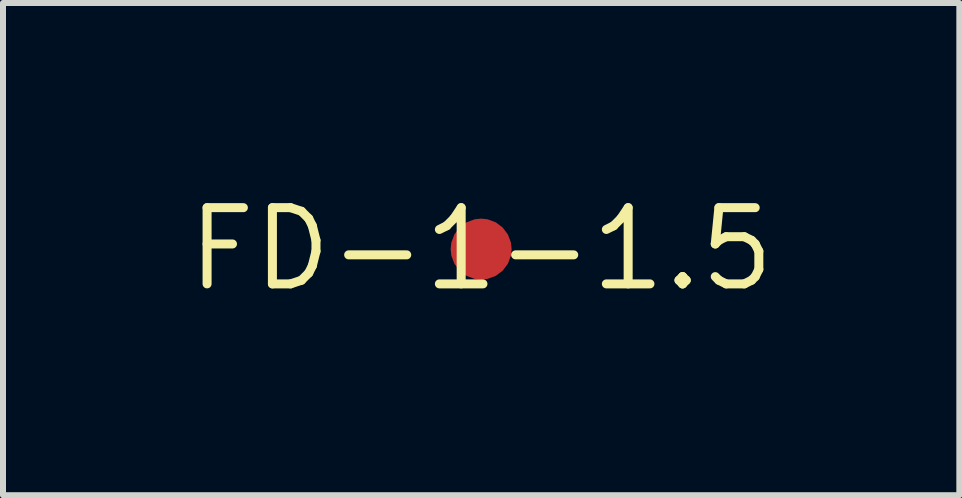
<source format=kicad_pcb>
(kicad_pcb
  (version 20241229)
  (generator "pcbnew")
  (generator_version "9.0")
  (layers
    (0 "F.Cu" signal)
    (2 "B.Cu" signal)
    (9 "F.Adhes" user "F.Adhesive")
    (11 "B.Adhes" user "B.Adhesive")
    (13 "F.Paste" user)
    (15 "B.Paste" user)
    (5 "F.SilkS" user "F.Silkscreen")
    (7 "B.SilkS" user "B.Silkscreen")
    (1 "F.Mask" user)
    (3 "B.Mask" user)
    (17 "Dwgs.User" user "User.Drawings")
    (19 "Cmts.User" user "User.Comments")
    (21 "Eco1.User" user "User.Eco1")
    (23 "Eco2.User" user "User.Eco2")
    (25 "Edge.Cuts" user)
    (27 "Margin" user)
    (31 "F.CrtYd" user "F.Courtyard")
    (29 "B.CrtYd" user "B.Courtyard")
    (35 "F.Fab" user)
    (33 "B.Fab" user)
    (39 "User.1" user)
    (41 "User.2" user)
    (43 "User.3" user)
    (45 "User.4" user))
  (footprint "FD-1-1.5"
    (layer "F.Cu")
    (at 4.966 1.1)
    (property "Reference" "FD-1-1.5" (at 0 0 0) (layer "F.SilkS") (effects (font (size 1.27 1.27) (thickness 0.15))))
    (fp_circle (center 0 0) (end 0.5 0) (stroke (width 1.2) (type solid)) (fill no) (layer "F.Mask"))
    (pad "P$1" smd roundrect (at 0 0) (size 1.016 1.016) (layers "F.Cu" "F.Mask") (roundrect_rratio 0.5))
    (zone (net_name "") (layer "F.Cu") (hatch edge 0.5) (connect_pads) (min_thickness 0.25) (filled_areas_thickness no) (keepout (tracks not_allowed) (vias not_allowed) (pads not_allowed) (copperpour not_allowed) (footprints allowed)) (placement (enabled no)) (fill) (polygon (pts (xy 6.03 1.1) (xy 6.009 0.893) (xy 5.949 0.693) (xy 5.851 0.509) (xy 5.718 0.348) (xy 5.557 0.216) (xy 5.373 0.117) (xy 5.174 0.057) (xy 4.966 0.036) (xy 4.759 0.057) (xy 4.559 0.117) (xy 4.375 0.216) (xy 4.214 0.348) (xy 4.082 0.509) (xy 3.984 0.693) (xy 3.923 0.893) (xy 3.903 1.1) (xy 3.923 1.307) (xy 3.984 1.507) (xy 4.082 1.691) (xy 4.214 1.852) (xy 4.375 1.984) (xy 4.559 2.083) (xy 4.759 2.143) (xy 4.966 2.163) (xy 5.174 2.143) (xy 5.373 2.083) (xy 5.557 1.984) (xy 5.718 1.852) (xy 5.851 1.691) (xy 5.949 1.507) (xy 6.009 1.307))) (polygon (pts (xy 5.903 1.1) (xy 5.882 0.905) (xy 5.822 0.719) (xy 5.724 0.55) (xy 5.593 0.404) (xy 5.435 0.289) (xy 5.256 0.209) (xy 5.064 0.169) (xy 4.868 0.169) (xy 4.677 0.209) (xy 4.498 0.289) (xy 4.34 0.404) (xy 4.209 0.55) (xy 4.111 0.719) (xy 4.05 0.905) (xy 4.03 1.1) (xy 4.05 1.295) (xy 4.111 1.481) (xy 4.209 1.65) (xy 4.34 1.796) (xy 4.498 1.911) (xy 4.677 1.991) (xy 4.868 2.031) (xy 5.064 2.031) (xy 5.256 1.991) (xy 5.435 1.911) (xy 5.593 1.796) (xy 5.724 1.65) (xy 5.822 1.481) (xy 5.882 1.295)))))
  (gr_rect
    (start -3 -3)
    (end 12.933 5.2)
    (stroke (width 0.1) (type default))
    (fill no)
    (layer "Edge.Cuts")))
</source>
